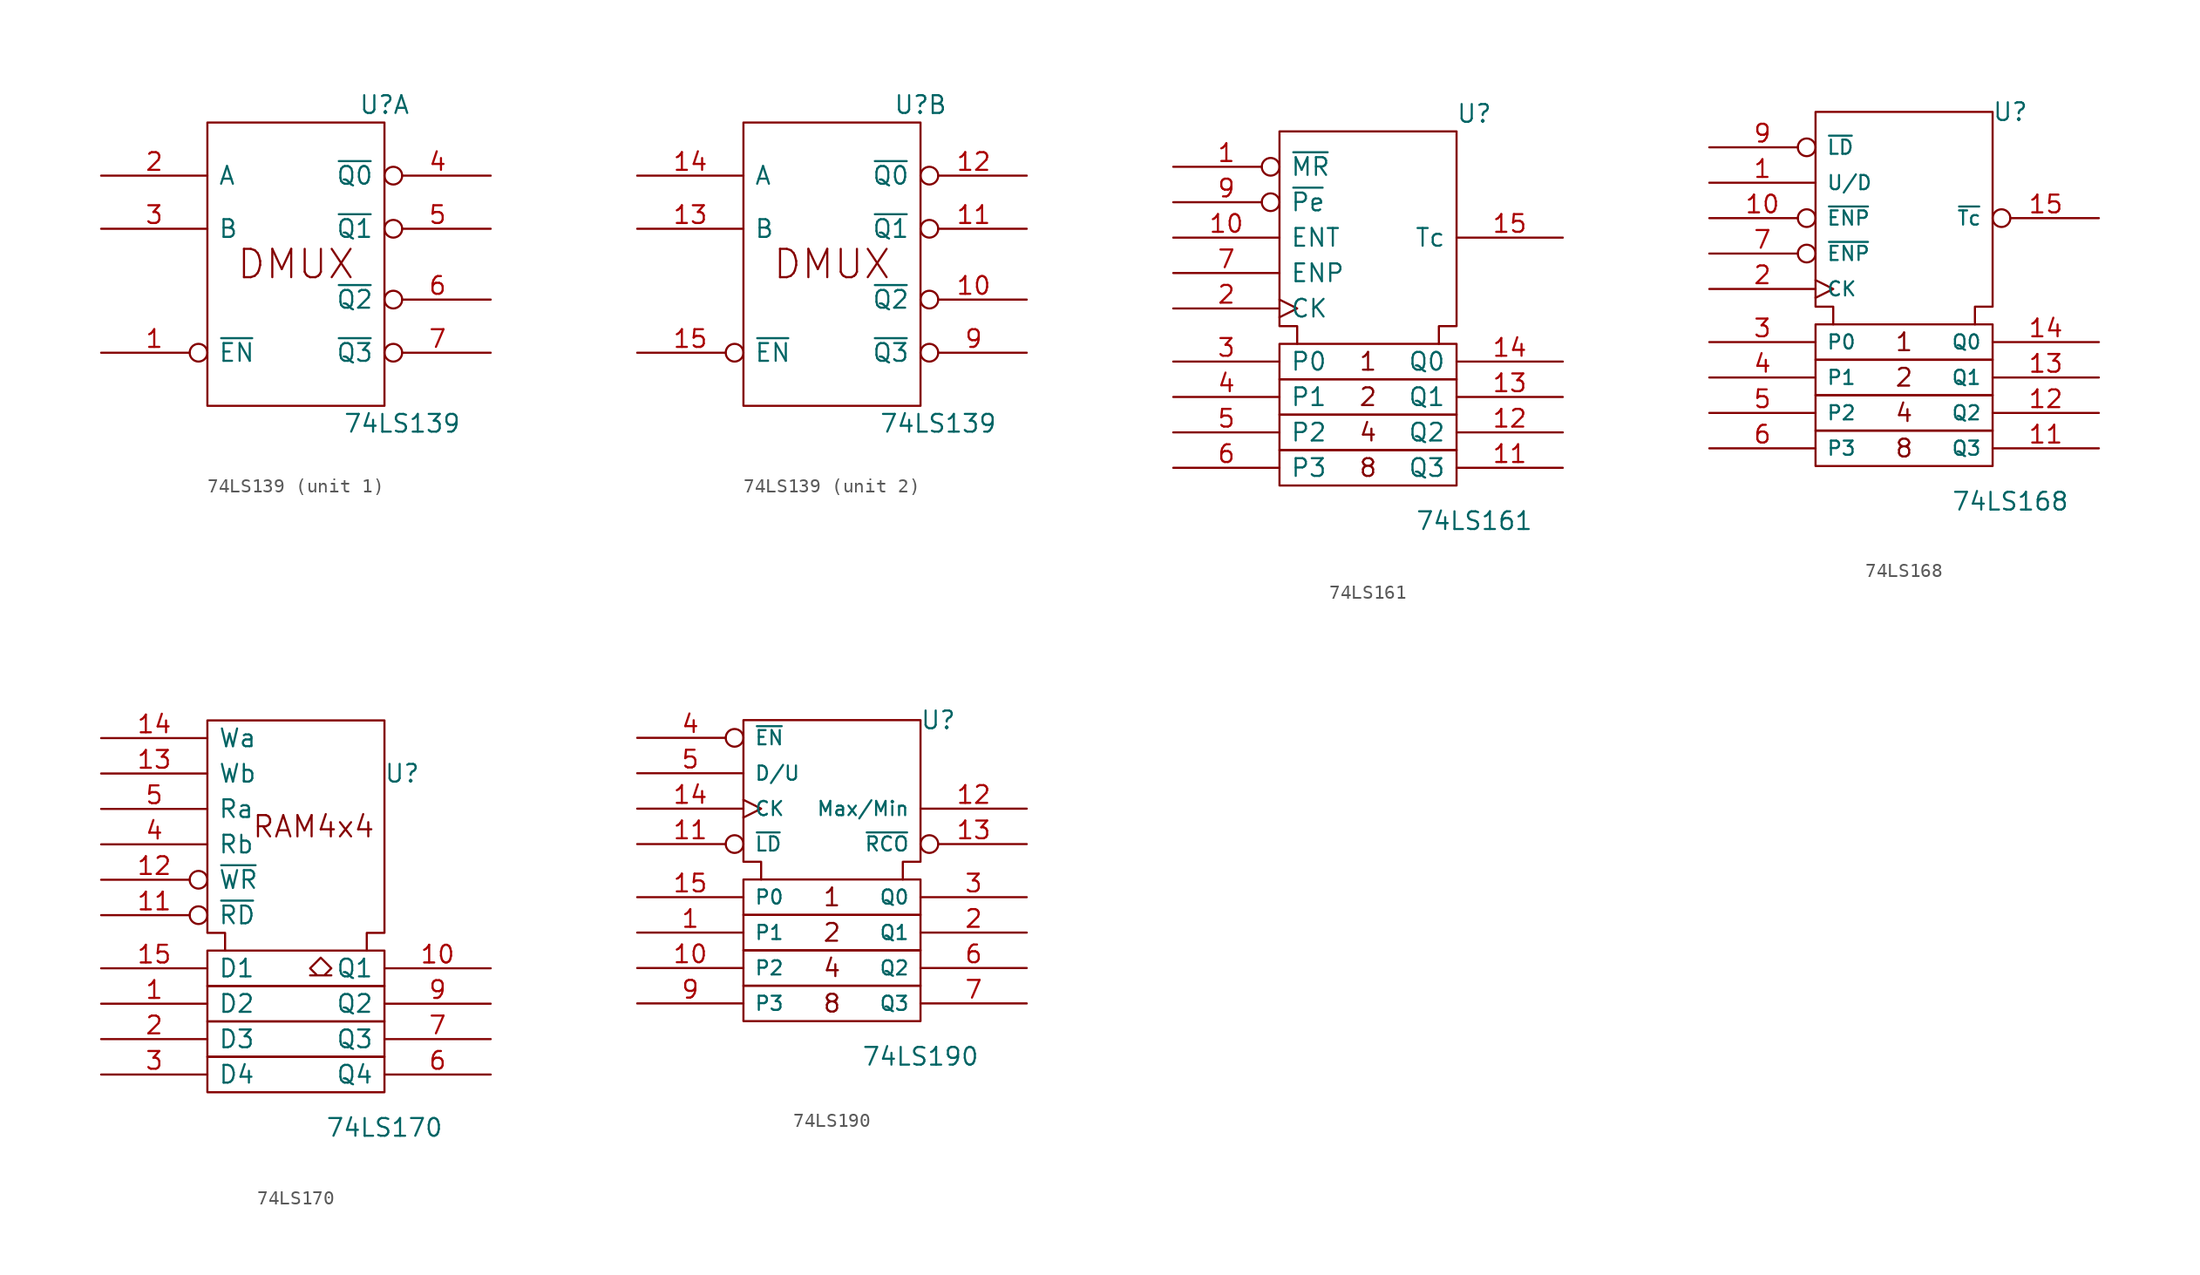
<source format=kicad_sym>
(kicad_symbol_lib
  (version 20201005)
  (generator kicad_symbol_editor)
  (symbol "74LS139"
    (pin_names
      (offset 0.762))
    (property "Reference" "U"
      (at 6.35 11.43 0)
      (effects (font (size 1.27 1.27))))
    (property "Value" "74LS139"
      (at 7.62 -11.43 0)
      (effects (font (size 1.27 1.27))))
    (symbol "74LS139_0_0"
      (text "DMUX" (at 0 0 0) (effects (font (size 2.032 2.032))))
      (rectangle (start -6.35 10.16) (end 6.35 -10.16) (stroke (width 0)) (fill (type none)))
      (pin power_in line (at 0 10.16 270) (length 0) hide (name "VCC" (effects (font (size 1.27 1.27)))) (number "16" (effects (font (size 1.27 1.27)))))
      (pin power_in line (at 0 -10.16 90) (length 0) hide (name "GND" (effects (font (size 1.27 1.27)))) (number "8" (effects (font (size 1.27 1.27))))))
    (symbol "74LS139_1_1"
      (pin input inverted (at -13.97 -6.35 0) (length 7.62) (name "~EN" (effects (font (size 1.27 1.27)))) (number "1" (effects (font (size 1.27 1.27)))))
      (pin input line (at -13.97 6.35 0) (length 7.62) (name "A" (effects (font (size 1.27 1.27)))) (number "2" (effects (font (size 1.27 1.27)))))
      (pin input line (at -13.97 2.54 0) (length 7.62) (name "B" (effects (font (size 1.27 1.27)))) (number "3" (effects (font (size 1.27 1.27)))))
      (pin output inverted (at 13.97 6.35 180) (length 7.62) (name "~Q0" (effects (font (size 1.27 1.27)))) (number "4" (effects (font (size 1.27 1.27)))))
      (pin output inverted (at 13.97 2.54 180) (length 7.62) (name "~Q1" (effects (font (size 1.27 1.27)))) (number "5" (effects (font (size 1.27 1.27)))))
      (pin output inverted (at 13.97 -2.54 180) (length 7.62) (name "~Q2" (effects (font (size 1.27 1.27)))) (number "6" (effects (font (size 1.27 1.27)))))
      (pin output inverted (at 13.97 -6.35 180) (length 7.62) (name "~Q3" (effects (font (size 1.27 1.27)))) (number "7" (effects (font (size 1.27 1.27))))))
    (symbol "74LS139_2_1"
      (pin output inverted (at 13.97 -2.54 180) (length 7.62) (name "~Q2" (effects (font (size 1.27 1.27)))) (number "10" (effects (font (size 1.27 1.27)))))
      (pin output inverted (at 13.97 2.54 180) (length 7.62) (name "~Q1" (effects (font (size 1.27 1.27)))) (number "11" (effects (font (size 1.27 1.27)))))
      (pin output inverted (at 13.97 6.35 180) (length 7.62) (name "~Q0" (effects (font (size 1.27 1.27)))) (number "12" (effects (font (size 1.27 1.27)))))
      (pin input line (at -13.97 2.54 0) (length 7.62) (name "B" (effects (font (size 1.27 1.27)))) (number "13" (effects (font (size 1.27 1.27)))))
      (pin input line (at -13.97 6.35 0) (length 7.62) (name "A" (effects (font (size 1.27 1.27)))) (number "14" (effects (font (size 1.27 1.27)))))
      (pin input inverted (at -13.97 -6.35 0) (length 7.62) (name "~EN" (effects (font (size 1.27 1.27)))) (number "15" (effects (font (size 1.27 1.27)))))
      (pin output inverted (at 13.97 -6.35 180) (length 7.62) (name "~Q3" (effects (font (size 1.27 1.27)))) (number "9" (effects (font (size 1.27 1.27)))))))
  (symbol "74LS161"
    (pin_names
      (offset 0.762))
    (property "Reference" "U"
      (at 7.62 15.24 0)
      (effects (font (size 1.27 1.27))))
    (property "Value" "74LS161"
      (at 7.62 -13.97 0)
      (effects (font (size 1.27 1.27))))
    (symbol "74LS161_0_0"
      (text "1" (at 0 -2.54 0) (effects (font (size 1.27 1.27))))
      (text "2" (at 0 -5.08 0) (effects (font (size 1.27 1.27))))
      (text "4" (at 0 -7.62 0) (effects (font (size 1.27 1.27))))
      (text "8" (at 0 -10.16 0) (effects (font (size 1.27 1.27))))
      (rectangle (start -6.35 -8.89) (end 6.35 -11.43) (stroke (width 0)) (fill (type none)))
      (rectangle (start -6.35 -6.35) (end 6.35 -8.89) (stroke (width 0)) (fill (type none)))
      (rectangle (start -6.35 -3.81) (end 6.35 -6.35) (stroke (width 0)) (fill (type none)))
      (rectangle (start -6.35 -1.27) (end 6.35 -3.81) (stroke (width 0)) (fill (type none)))
      (polyline (pts (xy -5.08 -1.27) (xy -5.08 0) (xy -6.35 0) (xy -6.35 13.97) (xy 6.35 13.97) (xy 6.35 0) (xy 5.08 0) (xy 5.08 -1.27) (xy 5.08 -1.27)) (stroke (width 0)) (fill (type none)))
      (pin power_in line (at 3.81 13.97 270) (length 0) hide (name "VCC" (effects (font (size 1.27 1.27)))) (number "16" (effects (font (size 1.27 1.27)))))
      (pin power_in line (at 1.27 13.97 270) (length 0) hide (name "GND" (effects (font (size 1.27 1.27)))) (number "8" (effects (font (size 1.27 1.27))))))
    (symbol "74LS161_1_1"
      (pin input inverted (at -13.97 11.43 0) (length 7.62) (name "~MR" (effects (font (size 1.27 1.27)))) (number "1" (effects (font (size 1.27 1.27)))))
      (pin input line (at -13.97 6.35 0) (length 7.62) (name "ENT" (effects (font (size 1.27 1.27)))) (number "10" (effects (font (size 1.27 1.27)))))
      (pin output line (at 13.97 -10.16 180) (length 7.62) (name "Q3" (effects (font (size 1.27 1.27)))) (number "11" (effects (font (size 1.27 1.27)))))
      (pin output line (at 13.97 -7.62 180) (length 7.62) (name "Q2" (effects (font (size 1.27 1.27)))) (number "12" (effects (font (size 1.27 1.27)))))
      (pin output line (at 13.97 -5.08 180) (length 7.62) (name "Q1" (effects (font (size 1.27 1.27)))) (number "13" (effects (font (size 1.27 1.27)))))
      (pin output line (at 13.97 -2.54 180) (length 7.62) (name "Q0" (effects (font (size 1.27 1.27)))) (number "14" (effects (font (size 1.27 1.27)))))
      (pin output line (at 13.97 6.35 180) (length 7.62) (name "Tc" (effects (font (size 1.27 1.27)))) (number "15" (effects (font (size 1.27 1.27)))))
      (pin input clock (at -13.97 1.27 0) (length 7.62) (name "CK" (effects (font (size 1.27 1.27)))) (number "2" (effects (font (size 1.27 1.27)))))
      (pin input line (at -13.97 -2.54 0) (length 7.62) (name "P0" (effects (font (size 1.27 1.27)))) (number "3" (effects (font (size 1.27 1.27)))))
      (pin input line (at -13.97 -5.08 0) (length 7.62) (name "P1" (effects (font (size 1.27 1.27)))) (number "4" (effects (font (size 1.27 1.27)))))
      (pin input line (at -13.97 -7.62 0) (length 7.62) (name "P2" (effects (font (size 1.27 1.27)))) (number "5" (effects (font (size 1.27 1.27)))))
      (pin input line (at -13.97 -10.16 0) (length 7.62) (name "P3" (effects (font (size 1.27 1.27)))) (number "6" (effects (font (size 1.27 1.27)))))
      (pin input line (at -13.97 3.81 0) (length 7.62) (name "ENP" (effects (font (size 1.27 1.27)))) (number "7" (effects (font (size 1.27 1.27)))))
      (pin input inverted (at -13.97 8.89 0) (length 7.62) (name "~Pe" (effects (font (size 1.27 1.27)))) (number "9" (effects (font (size 1.27 1.27)))))))
  (symbol "74LS168"
    (pin_names
      (offset 0.762))
    (property "Reference" "U"
      (at 7.62 13.97 0)
      (effects (font (size 1.27 1.27))))
    (property "Value" "74LS168"
      (at 7.62 -13.97 0)
      (effects (font (size 1.27 1.27))))
    (symbol "74LS168_0_0"
      (text "1" (at 0 -2.54 0) (effects (font (size 1.27 1.27))))
      (text "2" (at 0 -5.08 0) (effects (font (size 1.27 1.27))))
      (text "4" (at 0 -7.62 0) (effects (font (size 1.27 1.27))))
      (text "8" (at 0 -10.16 0) (effects (font (size 1.27 1.27))))
      (rectangle (start -6.35 -8.89) (end 6.35 -11.43) (stroke (width 0)) (fill (type none)))
      (rectangle (start -6.35 -6.35) (end 6.35 -8.89) (stroke (width 0)) (fill (type none)))
      (rectangle (start -6.35 -3.81) (end 6.35 -6.35) (stroke (width 0)) (fill (type none)))
      (rectangle (start -6.35 -1.27) (end 6.35 -3.81) (stroke (width 0)) (fill (type none)))
      (polyline (pts (xy -5.08 -1.27) (xy -5.08 0) (xy -6.35 0) (xy -6.35 13.97) (xy 6.35 13.97) (xy 6.35 0) (xy 5.08 0) (xy 5.08 -1.27) (xy 5.08 -1.27)) (stroke (width 0)) (fill (type none)))
      (pin power_in line (at 3.81 13.97 270) (length 0) hide (name "VCC" (effects (font (size 1.016 1.016)))) (number "16" (effects (font (size 1.27 1.27)))))
      (pin power_in line (at 1.27 13.97 270) (length 0) hide (name "GND" (effects (font (size 1.016 1.016)))) (number "8" (effects (font (size 1.27 1.27))))))
    (symbol "74LS168_1_1"
      (pin input line (at -13.97 8.89 0) (length 7.62) (name "U/D" (effects (font (size 1.016 1.016)))) (number "1" (effects (font (size 1.27 1.27)))))
      (pin input inverted (at -13.97 6.35 0) (length 7.62) (name "~ENP" (effects (font (size 1.016 1.016)))) (number "10" (effects (font (size 1.27 1.27)))))
      (pin output line (at 13.97 -10.16 180) (length 7.62) (name "Q3" (effects (font (size 1.016 1.016)))) (number "11" (effects (font (size 1.27 1.27)))))
      (pin output line (at 13.97 -7.62 180) (length 7.62) (name "Q2" (effects (font (size 1.016 1.016)))) (number "12" (effects (font (size 1.27 1.27)))))
      (pin output line (at 13.97 -5.08 180) (length 7.62) (name "Q1" (effects (font (size 1.016 1.016)))) (number "13" (effects (font (size 1.27 1.27)))))
      (pin output line (at 13.97 -2.54 180) (length 7.62) (name "Q0" (effects (font (size 1.016 1.016)))) (number "14" (effects (font (size 1.27 1.27)))))
      (pin output inverted (at 13.97 6.35 180) (length 7.62) (name "~Tc" (effects (font (size 1.016 1.016)))) (number "15" (effects (font (size 1.27 1.27)))))
      (pin input clock (at -13.97 1.27 0) (length 7.62) (name "CK" (effects (font (size 1.016 1.016)))) (number "2" (effects (font (size 1.27 1.27)))))
      (pin input line (at -13.97 -2.54 0) (length 7.62) (name "P0" (effects (font (size 1.016 1.016)))) (number "3" (effects (font (size 1.27 1.27)))))
      (pin input line (at -13.97 -5.08 0) (length 7.62) (name "P1" (effects (font (size 1.016 1.016)))) (number "4" (effects (font (size 1.27 1.27)))))
      (pin input line (at -13.97 -7.62 0) (length 7.62) (name "P2" (effects (font (size 1.016 1.016)))) (number "5" (effects (font (size 1.27 1.27)))))
      (pin input line (at -13.97 -10.16 0) (length 7.62) (name "P3" (effects (font (size 1.016 1.016)))) (number "6" (effects (font (size 1.27 1.27)))))
      (pin input inverted (at -13.97 3.81 0) (length 7.62) (name "~ENP" (effects (font (size 1.016 1.016)))) (number "7" (effects (font (size 1.27 1.27)))))
      (pin input inverted (at -13.97 11.43 0) (length 7.62) (name "~LD" (effects (font (size 1.016 1.016)))) (number "9" (effects (font (size 1.27 1.27)))))))
  (symbol "74LS170"
    (pin_names
      (offset 0.762))
    (property "Reference" "U"
      (at 7.62 10.16 0)
      (effects (font (size 1.27 1.27))))
    (property "Value" "74LS170"
      (at 6.35 -15.24 0)
      (effects (font (size 1.27 1.27))))
    (symbol "74LS170_0_0"
      (text "RAM4x4" (at 1.27 6.35 0) (effects (font (size 1.524 1.524))))
      (rectangle (start -6.35 -10.16) (end 6.35 -12.7) (stroke (width 0)) (fill (type none)))
      (rectangle (start -6.35 -7.62) (end 6.35 -10.16) (stroke (width 0)) (fill (type none)))
      (rectangle (start -6.35 -5.08) (end 6.35 -7.62) (stroke (width 0)) (fill (type none)))
      (rectangle (start -6.35 -2.54) (end 6.35 -5.08) (stroke (width 0)) (fill (type none)))
      (polyline (pts (xy -5.08 -2.54) (xy -5.08 -1.27) (xy -6.35 -1.27) (xy -6.35 13.97) (xy 6.35 13.97) (xy 6.35 -1.27) (xy 5.08 -1.27) (xy 5.08 -2.54) (xy 5.08 -2.54)) (stroke (width 0)) (fill (type none)))
      (polyline (pts (xy 1.778 -3.048) (xy 2.54 -3.81) (xy 2.032 -4.318) (xy 2.54 -4.318) (xy 1.016 -4.318) (xy 1.524 -4.318) (xy 1.016 -3.81) (xy 1.778 -3.048) (xy 1.778 -3.048)) (stroke (width 0)) (fill (type none)))
      (pin power_in line (at 3.81 13.97 270) (length 0) hide (name "VCC" (effects (font (size 1.27 1.27)))) (number "16" (effects (font (size 1.27 1.27)))))
      (pin power_in line (at 0 13.97 270) (length 0) hide (name "GND" (effects (font (size 1.27 1.27)))) (number "8" (effects (font (size 1.27 1.27))))))
    (symbol "74LS170_1_1"
      (pin input line (at -13.97 -6.35 0) (length 7.62) (name "D2" (effects (font (size 1.27 1.27)))) (number "1" (effects (font (size 1.27 1.27)))))
      (pin tri_state line (at 13.97 -3.81 180) (length 7.62) (name "Q1" (effects (font (size 1.27 1.27)))) (number "10" (effects (font (size 1.27 1.27)))))
      (pin input inverted (at -13.97 0 0) (length 7.62) (name "~RD" (effects (font (size 1.27 1.27)))) (number "11" (effects (font (size 1.27 1.27)))))
      (pin input inverted (at -13.97 2.54 0) (length 7.62) (name "~WR" (effects (font (size 1.27 1.27)))) (number "12" (effects (font (size 1.27 1.27)))))
      (pin input line (at -13.97 10.16 0) (length 7.62) (name "Wb" (effects (font (size 1.27 1.27)))) (number "13" (effects (font (size 1.27 1.27)))))
      (pin input line (at -13.97 12.7 0) (length 7.62) (name "Wa" (effects (font (size 1.27 1.27)))) (number "14" (effects (font (size 1.27 1.27)))))
      (pin input line (at -13.97 -3.81 0) (length 7.62) (name "D1" (effects (font (size 1.27 1.27)))) (number "15" (effects (font (size 1.27 1.27)))))
      (pin input line (at -13.97 -8.89 0) (length 7.62) (name "D3" (effects (font (size 1.27 1.27)))) (number "2" (effects (font (size 1.27 1.27)))))
      (pin input line (at -13.97 -11.43 0) (length 7.62) (name "D4" (effects (font (size 1.27 1.27)))) (number "3" (effects (font (size 1.27 1.27)))))
      (pin input line (at -13.97 5.08 0) (length 7.62) (name "Rb" (effects (font (size 1.27 1.27)))) (number "4" (effects (font (size 1.27 1.27)))))
      (pin input line (at -13.97 7.62 0) (length 7.62) (name "Ra" (effects (font (size 1.27 1.27)))) (number "5" (effects (font (size 1.27 1.27)))))
      (pin tri_state line (at 13.97 -11.43 180) (length 7.62) (name "Q4" (effects (font (size 1.27 1.27)))) (number "6" (effects (font (size 1.27 1.27)))))
      (pin tri_state line (at 13.97 -8.89 180) (length 7.62) (name "Q3" (effects (font (size 1.27 1.27)))) (number "7" (effects (font (size 1.27 1.27)))))
      (pin tri_state line (at 13.97 -6.35 180) (length 7.62) (name "Q2" (effects (font (size 1.27 1.27)))) (number "9" (effects (font (size 1.27 1.27)))))))
  (symbol "74LS190"
    (pin_names
      (offset 0.762))
    (property "Reference" "U"
      (at 7.62 11.43 0)
      (effects (font (size 1.27 1.27))))
    (property "Value" "74LS190"
      (at 6.35 -12.7 0)
      (effects (font (size 1.27 1.27))))
    (symbol "74LS190_0_0"
      (text "1" (at 0 -1.27 0) (effects (font (size 1.27 1.27))))
      (text "2" (at 0 -3.81 0) (effects (font (size 1.27 1.27))))
      (text "4" (at 0 -6.35 0) (effects (font (size 1.27 1.27))))
      (text "8" (at 0 -8.89 0) (effects (font (size 1.27 1.27))))
      (rectangle (start -6.35 -7.62) (end 6.35 -10.16) (stroke (width 0)) (fill (type none)))
      (rectangle (start -6.35 -5.08) (end 6.35 -7.62) (stroke (width 0)) (fill (type none)))
      (rectangle (start -6.35 -2.54) (end 6.35 -5.08) (stroke (width 0)) (fill (type none)))
      (rectangle (start -6.35 0) (end 6.35 -2.54) (stroke (width 0)) (fill (type none)))
      (polyline (pts (xy -5.08 0) (xy -5.08 1.27) (xy -6.35 1.27) (xy -6.35 11.43) (xy 6.35 11.43) (xy 6.35 1.27) (xy 5.08 1.27) (xy 5.08 0) (xy 5.08 0)) (stroke (width 0)) (fill (type none)))
      (pin power_in line (at 3.81 11.43 270) (length 0) hide (name "VCC" (effects (font (size 1.016 1.016)))) (number "16" (effects (font (size 1.27 1.27)))))
      (pin power_in line (at 1.27 11.43 270) (length 0) hide (name "GND" (effects (font (size 1.016 1.016)))) (number "8" (effects (font (size 1.27 1.27))))))
    (symbol "74LS190_1_1"
      (pin input line (at -13.97 -3.81 0) (length 7.62) (name "P1" (effects (font (size 1.016 1.016)))) (number "1" (effects (font (size 1.27 1.27)))))
      (pin input line (at -13.97 -6.35 0) (length 7.62) (name "P2" (effects (font (size 1.016 1.016)))) (number "10" (effects (font (size 1.27 1.27)))))
      (pin input inverted (at -13.97 2.54 0) (length 7.62) (name "~LD" (effects (font (size 1.016 1.016)))) (number "11" (effects (font (size 1.27 1.27)))))
      (pin output line (at 13.97 5.08 180) (length 7.62) (name "Max/Min" (effects (font (size 1.016 1.016)))) (number "12" (effects (font (size 1.27 1.27)))))
      (pin output inverted (at 13.97 2.54 180) (length 7.62) (name "~RCO" (effects (font (size 1.016 1.016)))) (number "13" (effects (font (size 1.27 1.27)))))
      (pin input clock (at -13.97 5.08 0) (length 7.62) (name "CK" (effects (font (size 1.016 1.016)))) (number "14" (effects (font (size 1.27 1.27)))))
      (pin input line (at -13.97 -1.27 0) (length 7.62) (name "P0" (effects (font (size 1.016 1.016)))) (number "15" (effects (font (size 1.27 1.27)))))
      (pin output line (at 13.97 -3.81 180) (length 7.62) (name "Q1" (effects (font (size 1.016 1.016)))) (number "2" (effects (font (size 1.27 1.27)))))
      (pin output line (at 13.97 -1.27 180) (length 7.62) (name "Q0" (effects (font (size 1.016 1.016)))) (number "3" (effects (font (size 1.27 1.27)))))
      (pin input inverted (at -13.97 10.16 0) (length 7.62) (name "~EN" (effects (font (size 1.016 1.016)))) (number "4" (effects (font (size 1.27 1.27)))))
      (pin input line (at -13.97 7.62 0) (length 7.62) (name "D/U" (effects (font (size 1.016 1.016)))) (number "5" (effects (font (size 1.27 1.27)))))
      (pin output line (at 13.97 -6.35 180) (length 7.62) (name "Q2" (effects (font (size 1.016 1.016)))) (number "6" (effects (font (size 1.27 1.27)))))
      (pin output line (at 13.97 -8.89 180) (length 7.62) (name "Q3" (effects (font (size 1.016 1.016)))) (number "7" (effects (font (size 1.27 1.27)))))
      (pin input line (at -13.97 -8.89 0) (length 7.62) (name "P3" (effects (font (size 1.016 1.016)))) (number "9" (effects (font (size 1.27 1.27))))))))
</source>
